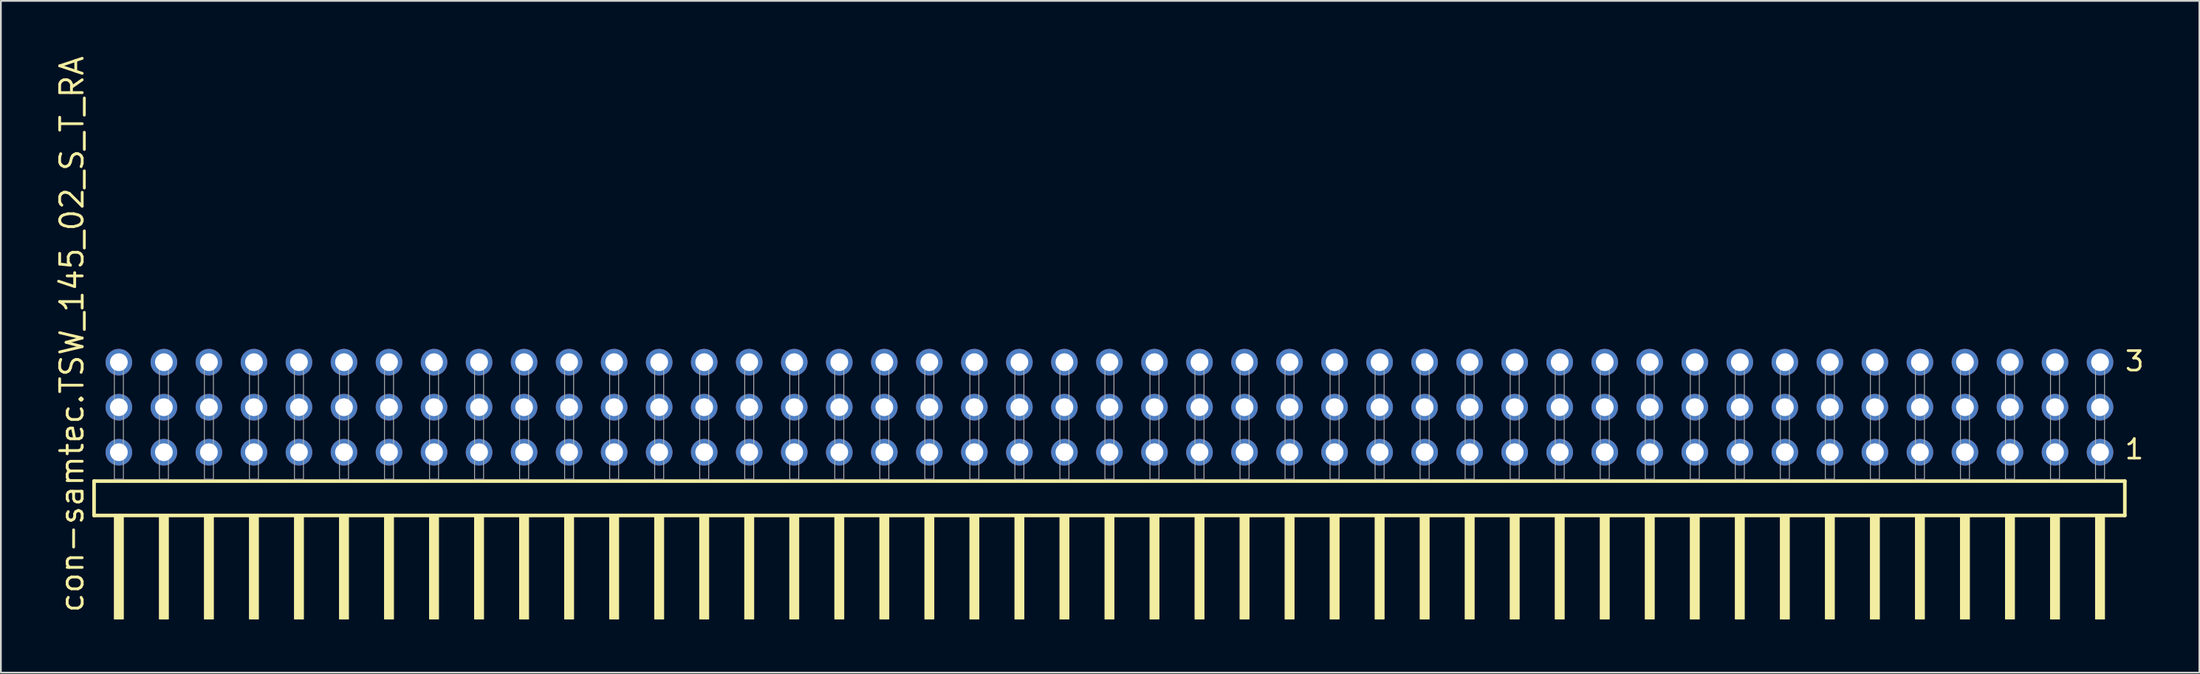
<source format=kicad_pcb>
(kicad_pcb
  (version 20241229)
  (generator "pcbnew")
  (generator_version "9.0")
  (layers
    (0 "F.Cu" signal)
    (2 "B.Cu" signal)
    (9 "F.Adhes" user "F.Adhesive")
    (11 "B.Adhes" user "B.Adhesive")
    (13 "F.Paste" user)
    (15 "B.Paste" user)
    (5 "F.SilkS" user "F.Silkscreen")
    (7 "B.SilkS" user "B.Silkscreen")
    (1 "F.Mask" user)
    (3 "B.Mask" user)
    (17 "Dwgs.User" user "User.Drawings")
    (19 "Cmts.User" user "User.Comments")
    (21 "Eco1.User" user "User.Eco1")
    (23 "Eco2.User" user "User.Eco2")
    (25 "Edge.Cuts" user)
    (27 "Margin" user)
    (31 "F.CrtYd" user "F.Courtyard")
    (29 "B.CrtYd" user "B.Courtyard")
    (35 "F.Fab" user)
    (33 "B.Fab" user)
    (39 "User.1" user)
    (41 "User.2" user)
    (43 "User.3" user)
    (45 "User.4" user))
  (footprint "con-samtec.TSW_145_02_S_T_RA"
    (layer "F.Cu")
    (at 59.535 23.993)
    (property "Reference" "con-samtec.TSW_145_02_S_T_RA" (at -57.785 7.62 90) (layer "F.SilkS") (effects (font (size 1.27 1.27) (thickness 0.16)) (justify left bottom)))
    (attr through_hole)
    (fp_line (start -57.279 0.106) (end -57.279 2.046) (stroke (width 0.203) (type default)) (layer "F.SilkS"))
    (fp_line (start -57.279 2.046) (end 57.279 2.046) (stroke (width 0.203) (type default)) (layer "F.SilkS"))
    (fp_line (start 57.279 0.106) (end -57.279 0.106) (stroke (width 0.203) (type default)) (layer "F.SilkS"))
    (fp_line (start 57.279 2.046) (end 57.279 0.106) (stroke (width 0.203) (type default)) (layer "F.SilkS"))
    (fp_rect (start -56.134 7.89) (end -55.626 2.04) (stroke (width 0.05) (type default)) (fill yes) (layer "F.SilkS"))
    (fp_rect (start -53.594 7.89) (end -53.086 2.04) (stroke (width 0.05) (type default)) (fill yes) (layer "F.SilkS"))
    (fp_rect (start -51.054 7.89) (end -50.546 2.04) (stroke (width 0.05) (type default)) (fill yes) (layer "F.SilkS"))
    (fp_rect (start -48.514 7.89) (end -48.006 2.04) (stroke (width 0.05) (type default)) (fill yes) (layer "F.SilkS"))
    (fp_rect (start -45.974 7.89) (end -45.466 2.04) (stroke (width 0.05) (type default)) (fill yes) (layer "F.SilkS"))
    (fp_rect (start -43.434 7.89) (end -42.926 2.04) (stroke (width 0.05) (type default)) (fill yes) (layer "F.SilkS"))
    (fp_rect (start -40.894 7.89) (end -40.386 2.04) (stroke (width 0.05) (type default)) (fill yes) (layer "F.SilkS"))
    (fp_rect (start -38.354 7.89) (end -37.846 2.04) (stroke (width 0.05) (type default)) (fill yes) (layer "F.SilkS"))
    (fp_rect (start -35.814 7.89) (end -35.306 2.04) (stroke (width 0.05) (type default)) (fill yes) (layer "F.SilkS"))
    (fp_rect (start -33.274 7.89) (end -32.766 2.04) (stroke (width 0.05) (type default)) (fill yes) (layer "F.SilkS"))
    (fp_rect (start -30.734 7.89) (end -30.226 2.04) (stroke (width 0.05) (type default)) (fill yes) (layer "F.SilkS"))
    (fp_rect (start -28.194 7.89) (end -27.686 2.04) (stroke (width 0.05) (type default)) (fill yes) (layer "F.SilkS"))
    (fp_rect (start -25.654 7.89) (end -25.146 2.04) (stroke (width 0.05) (type default)) (fill yes) (layer "F.SilkS"))
    (fp_rect (start -23.114 7.89) (end -22.606 2.04) (stroke (width 0.05) (type default)) (fill yes) (layer "F.SilkS"))
    (fp_rect (start -20.574 7.89) (end -20.066 2.04) (stroke (width 0.05) (type default)) (fill yes) (layer "F.SilkS"))
    (fp_rect (start -18.034 7.89) (end -17.526 2.04) (stroke (width 0.05) (type default)) (fill yes) (layer "F.SilkS"))
    (fp_rect (start -15.494 7.89) (end -14.986 2.04) (stroke (width 0.05) (type default)) (fill yes) (layer "F.SilkS"))
    (fp_rect (start -12.954 7.89) (end -12.446 2.04) (stroke (width 0.05) (type default)) (fill yes) (layer "F.SilkS"))
    (fp_rect (start -10.414 7.89) (end -9.906 2.04) (stroke (width 0.05) (type default)) (fill yes) (layer "F.SilkS"))
    (fp_rect (start -7.874 7.89) (end -7.366 2.04) (stroke (width 0.05) (type default)) (fill yes) (layer "F.SilkS"))
    (fp_rect (start -5.334 7.89) (end -4.826 2.04) (stroke (width 0.05) (type default)) (fill yes) (layer "F.SilkS"))
    (fp_rect (start -2.794 7.89) (end -2.286 2.04) (stroke (width 0.05) (type default)) (fill yes) (layer "F.SilkS"))
    (fp_rect (start -0.254 7.89) (end 0.254 2.04) (stroke (width 0.05) (type default)) (fill yes) (layer "F.SilkS"))
    (fp_rect (start 2.286 7.89) (end 2.794 2.04) (stroke (width 0.05) (type default)) (fill yes) (layer "F.SilkS"))
    (fp_rect (start 4.826 7.89) (end 5.334 2.04) (stroke (width 0.05) (type default)) (fill yes) (layer "F.SilkS"))
    (fp_rect (start 7.366 7.89) (end 7.874 2.04) (stroke (width 0.05) (type default)) (fill yes) (layer "F.SilkS"))
    (fp_rect (start 9.906 7.89) (end 10.414 2.04) (stroke (width 0.05) (type default)) (fill yes) (layer "F.SilkS"))
    (fp_rect (start 12.446 7.89) (end 12.954 2.04) (stroke (width 0.05) (type default)) (fill yes) (layer "F.SilkS"))
    (fp_rect (start 14.986 7.89) (end 15.494 2.04) (stroke (width 0.05) (type default)) (fill yes) (layer "F.SilkS"))
    (fp_rect (start 17.526 7.89) (end 18.034 2.04) (stroke (width 0.05) (type default)) (fill yes) (layer "F.SilkS"))
    (fp_rect (start 20.066 7.89) (end 20.574 2.04) (stroke (width 0.05) (type default)) (fill yes) (layer "F.SilkS"))
    (fp_rect (start 22.606 7.89) (end 23.114 2.04) (stroke (width 0.05) (type default)) (fill yes) (layer "F.SilkS"))
    (fp_rect (start 25.146 7.89) (end 25.654 2.04) (stroke (width 0.05) (type default)) (fill yes) (layer "F.SilkS"))
    (fp_rect (start 27.686 7.89) (end 28.194 2.04) (stroke (width 0.05) (type default)) (fill yes) (layer "F.SilkS"))
    (fp_rect (start 30.226 7.89) (end 30.734 2.04) (stroke (width 0.05) (type default)) (fill yes) (layer "F.SilkS"))
    (fp_rect (start 32.766 7.89) (end 33.274 2.04) (stroke (width 0.05) (type default)) (fill yes) (layer "F.SilkS"))
    (fp_rect (start 35.306 7.89) (end 35.814 2.04) (stroke (width 0.05) (type default)) (fill yes) (layer "F.SilkS"))
    (fp_rect (start 37.846 7.89) (end 38.354 2.04) (stroke (width 0.05) (type default)) (fill yes) (layer "F.SilkS"))
    (fp_rect (start 40.386 7.89) (end 40.894 2.04) (stroke (width 0.05) (type default)) (fill yes) (layer "F.SilkS"))
    (fp_rect (start 42.926 7.89) (end 43.434 2.04) (stroke (width 0.05) (type default)) (fill yes) (layer "F.SilkS"))
    (fp_rect (start 45.466 7.89) (end 45.974 2.04) (stroke (width 0.05) (type default)) (fill yes) (layer "F.SilkS"))
    (fp_rect (start 48.006 7.89) (end 48.514 2.04) (stroke (width 0.05) (type default)) (fill yes) (layer "F.SilkS"))
    (fp_rect (start 50.546 7.89) (end 51.054 2.04) (stroke (width 0.05) (type default)) (fill yes) (layer "F.SilkS"))
    (fp_rect (start 53.086 7.89) (end 53.594 2.04) (stroke (width 0.05) (type default)) (fill yes) (layer "F.SilkS"))
    (fp_rect (start 55.626 7.89) (end 56.134 2.04) (stroke (width 0.05) (type default)) (fill yes) (layer "F.SilkS"))
    (fp_rect (start -56.134 0) (end -55.626 -6.858) (stroke (width 0.05) (type default)) (fill no) (layer "F.Fab"))
    (fp_rect (start -53.594 0) (end -53.086 -6.858) (stroke (width 0.05) (type default)) (fill no) (layer "F.Fab"))
    (fp_rect (start -51.054 0) (end -50.546 -6.858) (stroke (width 0.05) (type default)) (fill no) (layer "F.Fab"))
    (fp_rect (start -48.514 0) (end -48.006 -6.858) (stroke (width 0.05) (type default)) (fill no) (layer "F.Fab"))
    (fp_rect (start -45.974 0) (end -45.466 -6.858) (stroke (width 0.05) (type default)) (fill no) (layer "F.Fab"))
    (fp_rect (start -43.434 0) (end -42.926 -6.858) (stroke (width 0.05) (type default)) (fill no) (layer "F.Fab"))
    (fp_rect (start -40.894 0) (end -40.386 -6.858) (stroke (width 0.05) (type default)) (fill no) (layer "F.Fab"))
    (fp_rect (start -38.354 0) (end -37.846 -6.858) (stroke (width 0.05) (type default)) (fill no) (layer "F.Fab"))
    (fp_rect (start -35.814 0) (end -35.306 -6.858) (stroke (width 0.05) (type default)) (fill no) (layer "F.Fab"))
    (fp_rect (start -33.274 0) (end -32.766 -6.858) (stroke (width 0.05) (type default)) (fill no) (layer "F.Fab"))
    (fp_rect (start -30.734 0) (end -30.226 -6.858) (stroke (width 0.05) (type default)) (fill no) (layer "F.Fab"))
    (fp_rect (start -28.194 0) (end -27.686 -6.858) (stroke (width 0.05) (type default)) (fill no) (layer "F.Fab"))
    (fp_rect (start -25.654 0) (end -25.146 -6.858) (stroke (width 0.05) (type default)) (fill no) (layer "F.Fab"))
    (fp_rect (start -23.114 0) (end -22.606 -6.858) (stroke (width 0.05) (type default)) (fill no) (layer "F.Fab"))
    (fp_rect (start -20.574 0) (end -20.066 -6.858) (stroke (width 0.05) (type default)) (fill no) (layer "F.Fab"))
    (fp_rect (start -18.034 0) (end -17.526 -6.858) (stroke (width 0.05) (type default)) (fill no) (layer "F.Fab"))
    (fp_rect (start -15.494 0) (end -14.986 -6.858) (stroke (width 0.05) (type default)) (fill no) (layer "F.Fab"))
    (fp_rect (start -12.954 0) (end -12.446 -6.858) (stroke (width 0.05) (type default)) (fill no) (layer "F.Fab"))
    (fp_rect (start -10.414 0) (end -9.906 -6.858) (stroke (width 0.05) (type default)) (fill no) (layer "F.Fab"))
    (fp_rect (start -7.874 0) (end -7.366 -6.858) (stroke (width 0.05) (type default)) (fill no) (layer "F.Fab"))
    (fp_rect (start -5.334 0) (end -4.826 -6.858) (stroke (width 0.05) (type default)) (fill no) (layer "F.Fab"))
    (fp_rect (start -2.794 0) (end -2.286 -6.858) (stroke (width 0.05) (type default)) (fill no) (layer "F.Fab"))
    (fp_rect (start -0.254 0) (end 0.254 -6.858) (stroke (width 0.05) (type default)) (fill no) (layer "F.Fab"))
    (fp_rect (start 2.286 0) (end 2.794 -6.858) (stroke (width 0.05) (type default)) (fill no) (layer "F.Fab"))
    (fp_rect (start 4.826 0) (end 5.334 -6.858) (stroke (width 0.05) (type default)) (fill no) (layer "F.Fab"))
    (fp_rect (start 7.366 0) (end 7.874 -6.858) (stroke (width 0.05) (type default)) (fill no) (layer "F.Fab"))
    (fp_rect (start 9.906 0) (end 10.414 -6.858) (stroke (width 0.05) (type default)) (fill no) (layer "F.Fab"))
    (fp_rect (start 12.446 0) (end 12.954 -6.858) (stroke (width 0.05) (type default)) (fill no) (layer "F.Fab"))
    (fp_rect (start 14.986 0) (end 15.494 -6.858) (stroke (width 0.05) (type default)) (fill no) (layer "F.Fab"))
    (fp_rect (start 17.526 0) (end 18.034 -6.858) (stroke (width 0.05) (type default)) (fill no) (layer "F.Fab"))
    (fp_rect (start 20.066 0) (end 20.574 -6.858) (stroke (width 0.05) (type default)) (fill no) (layer "F.Fab"))
    (fp_rect (start 22.606 0) (end 23.114 -6.858) (stroke (width 0.05) (type default)) (fill no) (layer "F.Fab"))
    (fp_rect (start 25.146 0) (end 25.654 -6.858) (stroke (width 0.05) (type default)) (fill no) (layer "F.Fab"))
    (fp_rect (start 27.686 0) (end 28.194 -6.858) (stroke (width 0.05) (type default)) (fill no) (layer "F.Fab"))
    (fp_rect (start 30.226 0) (end 30.734 -6.858) (stroke (width 0.05) (type default)) (fill no) (layer "F.Fab"))
    (fp_rect (start 32.766 0) (end 33.274 -6.858) (stroke (width 0.05) (type default)) (fill no) (layer "F.Fab"))
    (fp_rect (start 35.306 0) (end 35.814 -6.858) (stroke (width 0.05) (type default)) (fill no) (layer "F.Fab"))
    (fp_rect (start 37.846 0) (end 38.354 -6.858) (stroke (width 0.05) (type default)) (fill no) (layer "F.Fab"))
    (fp_rect (start 40.386 0) (end 40.894 -6.858) (stroke (width 0.05) (type default)) (fill no) (layer "F.Fab"))
    (fp_rect (start 42.926 0) (end 43.434 -6.858) (stroke (width 0.05) (type default)) (fill no) (layer "F.Fab"))
    (fp_rect (start 45.466 0) (end 45.974 -6.858) (stroke (width 0.05) (type default)) (fill no) (layer "F.Fab"))
    (fp_rect (start 48.006 0) (end 48.514 -6.858) (stroke (width 0.05) (type default)) (fill no) (layer "F.Fab"))
    (fp_rect (start 50.546 0) (end 51.054 -6.858) (stroke (width 0.05) (type default)) (fill no) (layer "F.Fab"))
    (fp_rect (start 53.086 0) (end 53.594 -6.858) (stroke (width 0.05) (type default)) (fill no) (layer "F.Fab"))
    (fp_rect (start 55.626 0) (end 56.134 -6.858) (stroke (width 0.05) (type default)) (fill no) (layer "F.Fab"))
    (fp_text user "1" (at 57.19 -1.05 0) (layer "F.SilkS") (effects (font (size 1.1 1.1) (thickness 0.15)) (justify left bottom)))
    (fp_text user "3" (at 57.205 -6.015 0) (layer "F.SilkS") (effects (font (size 1.1 1.1) (thickness 0.15)) (justify left bottom)))
    (pad "1" thru_hole circle (at 55.88 -1.524 180) (size 1.5 1.5) (drill 1) (layers "*.Cu" "*.Mask"))
    (pad "2" thru_hole circle (at 55.88 -4.064 180) (size 1.5 1.5) (drill 1) (layers "*.Cu" "*.Mask"))
    (pad "3" thru_hole circle (at 55.88 -6.604 180) (size 1.5 1.5) (drill 1) (layers "*.Cu" "*.Mask"))
    (pad "4" thru_hole circle (at 53.34 -1.524 180) (size 1.5 1.5) (drill 1) (layers "*.Cu" "*.Mask"))
    (pad "5" thru_hole circle (at 53.34 -4.064 180) (size 1.5 1.5) (drill 1) (layers "*.Cu" "*.Mask"))
    (pad "6" thru_hole circle (at 53.34 -6.604 180) (size 1.5 1.5) (drill 1) (layers "*.Cu" "*.Mask"))
    (pad "7" thru_hole circle (at 50.8 -1.524 180) (size 1.5 1.5) (drill 1) (layers "*.Cu" "*.Mask"))
    (pad "8" thru_hole circle (at 50.8 -4.064 180) (size 1.5 1.5) (drill 1) (layers "*.Cu" "*.Mask"))
    (pad "9" thru_hole circle (at 50.8 -6.604 180) (size 1.5 1.5) (drill 1) (layers "*.Cu" "*.Mask"))
    (pad "10" thru_hole circle (at 48.26 -1.524 180) (size 1.5 1.5) (drill 1) (layers "*.Cu" "*.Mask"))
    (pad "11" thru_hole circle (at 48.26 -4.064 180) (size 1.5 1.5) (drill 1) (layers "*.Cu" "*.Mask"))
    (pad "12" thru_hole circle (at 48.26 -6.604 180) (size 1.5 1.5) (drill 1) (layers "*.Cu" "*.Mask"))
    (pad "13" thru_hole circle (at 45.72 -1.524 180) (size 1.5 1.5) (drill 1) (layers "*.Cu" "*.Mask"))
    (pad "14" thru_hole circle (at 45.72 -4.064 180) (size 1.5 1.5) (drill 1) (layers "*.Cu" "*.Mask"))
    (pad "15" thru_hole circle (at 45.72 -6.604 180) (size 1.5 1.5) (drill 1) (layers "*.Cu" "*.Mask"))
    (pad "16" thru_hole circle (at 43.18 -1.524 180) (size 1.5 1.5) (drill 1) (layers "*.Cu" "*.Mask"))
    (pad "17" thru_hole circle (at 43.18 -4.064 180) (size 1.5 1.5) (drill 1) (layers "*.Cu" "*.Mask"))
    (pad "18" thru_hole circle (at 43.18 -6.604 180) (size 1.5 1.5) (drill 1) (layers "*.Cu" "*.Mask"))
    (pad "19" thru_hole circle (at 40.64 -1.524 180) (size 1.5 1.5) (drill 1) (layers "*.Cu" "*.Mask"))
    (pad "20" thru_hole circle (at 40.64 -4.064 180) (size 1.5 1.5) (drill 1) (layers "*.Cu" "*.Mask"))
    (pad "21" thru_hole circle (at 40.64 -6.604 180) (size 1.5 1.5) (drill 1) (layers "*.Cu" "*.Mask"))
    (pad "22" thru_hole circle (at 38.1 -1.524 180) (size 1.5 1.5) (drill 1) (layers "*.Cu" "*.Mask"))
    (pad "23" thru_hole circle (at 38.1 -4.064 180) (size 1.5 1.5) (drill 1) (layers "*.Cu" "*.Mask"))
    (pad "24" thru_hole circle (at 38.1 -6.604 180) (size 1.5 1.5) (drill 1) (layers "*.Cu" "*.Mask"))
    (pad "25" thru_hole circle (at 35.56 -1.524 180) (size 1.5 1.5) (drill 1) (layers "*.Cu" "*.Mask"))
    (pad "26" thru_hole circle (at 35.56 -4.064 180) (size 1.5 1.5) (drill 1) (layers "*.Cu" "*.Mask"))
    (pad "27" thru_hole circle (at 35.56 -6.604 180) (size 1.5 1.5) (drill 1) (layers "*.Cu" "*.Mask"))
    (pad "28" thru_hole circle (at 33.02 -1.524 180) (size 1.5 1.5) (drill 1) (layers "*.Cu" "*.Mask"))
    (pad "29" thru_hole circle (at 33.02 -4.064 180) (size 1.5 1.5) (drill 1) (layers "*.Cu" "*.Mask"))
    (pad "30" thru_hole circle (at 33.02 -6.604 180) (size 1.5 1.5) (drill 1) (layers "*.Cu" "*.Mask"))
    (pad "31" thru_hole circle (at 30.48 -1.524 180) (size 1.5 1.5) (drill 1) (layers "*.Cu" "*.Mask"))
    (pad "32" thru_hole circle (at 30.48 -4.064 180) (size 1.5 1.5) (drill 1) (layers "*.Cu" "*.Mask"))
    (pad "33" thru_hole circle (at 30.48 -6.604 180) (size 1.5 1.5) (drill 1) (layers "*.Cu" "*.Mask"))
    (pad "34" thru_hole circle (at 27.94 -1.524 180) (size 1.5 1.5) (drill 1) (layers "*.Cu" "*.Mask"))
    (pad "35" thru_hole circle (at 27.94 -4.064 180) (size 1.5 1.5) (drill 1) (layers "*.Cu" "*.Mask"))
    (pad "36" thru_hole circle (at 27.94 -6.604 180) (size 1.5 1.5) (drill 1) (layers "*.Cu" "*.Mask"))
    (pad "37" thru_hole circle (at 25.4 -1.524 180) (size 1.5 1.5) (drill 1) (layers "*.Cu" "*.Mask"))
    (pad "38" thru_hole circle (at 25.4 -4.064 180) (size 1.5 1.5) (drill 1) (layers "*.Cu" "*.Mask"))
    (pad "39" thru_hole circle (at 25.4 -6.604 180) (size 1.5 1.5) (drill 1) (layers "*.Cu" "*.Mask"))
    (pad "40" thru_hole circle (at 22.86 -1.524 180) (size 1.5 1.5) (drill 1) (layers "*.Cu" "*.Mask"))
    (pad "41" thru_hole circle (at 22.86 -4.064 180) (size 1.5 1.5) (drill 1) (layers "*.Cu" "*.Mask"))
    (pad "42" thru_hole circle (at 22.86 -6.604 180) (size 1.5 1.5) (drill 1) (layers "*.Cu" "*.Mask"))
    (pad "43" thru_hole circle (at 20.32 -1.524 180) (size 1.5 1.5) (drill 1) (layers "*.Cu" "*.Mask"))
    (pad "44" thru_hole circle (at 20.32 -4.064 180) (size 1.5 1.5) (drill 1) (layers "*.Cu" "*.Mask"))
    (pad "45" thru_hole circle (at 20.32 -6.604 180) (size 1.5 1.5) (drill 1) (layers "*.Cu" "*.Mask"))
    (pad "46" thru_hole circle (at 17.78 -1.524 180) (size 1.5 1.5) (drill 1) (layers "*.Cu" "*.Mask"))
    (pad "47" thru_hole circle (at 17.78 -4.064 180) (size 1.5 1.5) (drill 1) (layers "*.Cu" "*.Mask"))
    (pad "48" thru_hole circle (at 17.78 -6.604 180) (size 1.5 1.5) (drill 1) (layers "*.Cu" "*.Mask"))
    (pad "49" thru_hole circle (at 15.24 -1.524 180) (size 1.5 1.5) (drill 1) (layers "*.Cu" "*.Mask"))
    (pad "50" thru_hole circle (at 15.24 -4.064 180) (size 1.5 1.5) (drill 1) (layers "*.Cu" "*.Mask"))
    (pad "51" thru_hole circle (at 15.24 -6.604 180) (size 1.5 1.5) (drill 1) (layers "*.Cu" "*.Mask"))
    (pad "52" thru_hole circle (at 12.7 -1.524 180) (size 1.5 1.5) (drill 1) (layers "*.Cu" "*.Mask"))
    (pad "53" thru_hole circle (at 12.7 -4.064 180) (size 1.5 1.5) (drill 1) (layers "*.Cu" "*.Mask"))
    (pad "54" thru_hole circle (at 12.7 -6.604 180) (size 1.5 1.5) (drill 1) (layers "*.Cu" "*.Mask"))
    (pad "55" thru_hole circle (at 10.16 -1.524 180) (size 1.5 1.5) (drill 1) (layers "*.Cu" "*.Mask"))
    (pad "56" thru_hole circle (at 10.16 -4.064 180) (size 1.5 1.5) (drill 1) (layers "*.Cu" "*.Mask"))
    (pad "57" thru_hole circle (at 10.16 -6.604 180) (size 1.5 1.5) (drill 1) (layers "*.Cu" "*.Mask"))
    (pad "58" thru_hole circle (at 7.62 -1.524 180) (size 1.5 1.5) (drill 1) (layers "*.Cu" "*.Mask"))
    (pad "59" thru_hole circle (at 7.62 -4.064 180) (size 1.5 1.5) (drill 1) (layers "*.Cu" "*.Mask"))
    (pad "60" thru_hole circle (at 7.62 -6.604 180) (size 1.5 1.5) (drill 1) (layers "*.Cu" "*.Mask"))
    (pad "61" thru_hole circle (at 5.08 -1.524 180) (size 1.5 1.5) (drill 1) (layers "*.Cu" "*.Mask"))
    (pad "62" thru_hole circle (at 5.08 -4.064 180) (size 1.5 1.5) (drill 1) (layers "*.Cu" "*.Mask"))
    (pad "63" thru_hole circle (at 5.08 -6.604 180) (size 1.5 1.5) (drill 1) (layers "*.Cu" "*.Mask"))
    (pad "64" thru_hole circle (at 2.54 -1.524 180) (size 1.5 1.5) (drill 1) (layers "*.Cu" "*.Mask"))
    (pad "65" thru_hole circle (at 2.54 -4.064 180) (size 1.5 1.5) (drill 1) (layers "*.Cu" "*.Mask"))
    (pad "66" thru_hole circle (at 2.54 -6.604 180) (size 1.5 1.5) (drill 1) (layers "*.Cu" "*.Mask"))
    (pad "67" thru_hole circle (at 0 -1.524 180) (size 1.5 1.5) (drill 1) (layers "*.Cu" "*.Mask"))
    (pad "68" thru_hole circle (at 0 -4.064 180) (size 1.5 1.5) (drill 1) (layers "*.Cu" "*.Mask"))
    (pad "69" thru_hole circle (at 0 -6.604 180) (size 1.5 1.5) (drill 1) (layers "*.Cu" "*.Mask"))
    (pad "70" thru_hole circle (at -2.54 -1.524 180) (size 1.5 1.5) (drill 1) (layers "*.Cu" "*.Mask"))
    (pad "71" thru_hole circle (at -2.54 -4.064 180) (size 1.5 1.5) (drill 1) (layers "*.Cu" "*.Mask"))
    (pad "72" thru_hole circle (at -2.54 -6.604 180) (size 1.5 1.5) (drill 1) (layers "*.Cu" "*.Mask"))
    (pad "73" thru_hole circle (at -5.08 -1.524 180) (size 1.5 1.5) (drill 1) (layers "*.Cu" "*.Mask"))
    (pad "74" thru_hole circle (at -5.08 -4.064 180) (size 1.5 1.5) (drill 1) (layers "*.Cu" "*.Mask"))
    (pad "75" thru_hole circle (at -5.08 -6.604 180) (size 1.5 1.5) (drill 1) (layers "*.Cu" "*.Mask"))
    (pad "76" thru_hole circle (at -7.62 -1.524 180) (size 1.5 1.5) (drill 1) (layers "*.Cu" "*.Mask"))
    (pad "77" thru_hole circle (at -7.62 -4.064 180) (size 1.5 1.5) (drill 1) (layers "*.Cu" "*.Mask"))
    (pad "78" thru_hole circle (at -7.62 -6.604 180) (size 1.5 1.5) (drill 1) (layers "*.Cu" "*.Mask"))
    (pad "79" thru_hole circle (at -10.16 -1.524 180) (size 1.5 1.5) (drill 1) (layers "*.Cu" "*.Mask"))
    (pad "80" thru_hole circle (at -10.16 -4.064 180) (size 1.5 1.5) (drill 1) (layers "*.Cu" "*.Mask"))
    (pad "81" thru_hole circle (at -10.16 -6.604 180) (size 1.5 1.5) (drill 1) (layers "*.Cu" "*.Mask"))
    (pad "82" thru_hole circle (at -12.7 -1.524 180) (size 1.5 1.5) (drill 1) (layers "*.Cu" "*.Mask"))
    (pad "83" thru_hole circle (at -12.7 -4.064 180) (size 1.5 1.5) (drill 1) (layers "*.Cu" "*.Mask"))
    (pad "84" thru_hole circle (at -12.7 -6.604 180) (size 1.5 1.5) (drill 1) (layers "*.Cu" "*.Mask"))
    (pad "85" thru_hole circle (at -15.24 -1.524 180) (size 1.5 1.5) (drill 1) (layers "*.Cu" "*.Mask"))
    (pad "86" thru_hole circle (at -15.24 -4.064 180) (size 1.5 1.5) (drill 1) (layers "*.Cu" "*.Mask"))
    (pad "87" thru_hole circle (at -15.24 -6.604 180) (size 1.5 1.5) (drill 1) (layers "*.Cu" "*.Mask"))
    (pad "88" thru_hole circle (at -17.78 -1.524 180) (size 1.5 1.5) (drill 1) (layers "*.Cu" "*.Mask"))
    (pad "89" thru_hole circle (at -17.78 -4.064 180) (size 1.5 1.5) (drill 1) (layers "*.Cu" "*.Mask"))
    (pad "90" thru_hole circle (at -17.78 -6.604 180) (size 1.5 1.5) (drill 1) (layers "*.Cu" "*.Mask"))
    (pad "91" thru_hole circle (at -20.32 -1.524 180) (size 1.5 1.5) (drill 1) (layers "*.Cu" "*.Mask"))
    (pad "92" thru_hole circle (at -20.32 -4.064 180) (size 1.5 1.5) (drill 1) (layers "*.Cu" "*.Mask"))
    (pad "93" thru_hole circle (at -20.32 -6.604 180) (size 1.5 1.5) (drill 1) (layers "*.Cu" "*.Mask"))
    (pad "94" thru_hole circle (at -22.86 -1.524 180) (size 1.5 1.5) (drill 1) (layers "*.Cu" "*.Mask"))
    (pad "95" thru_hole circle (at -22.86 -4.064 180) (size 1.5 1.5) (drill 1) (layers "*.Cu" "*.Mask"))
    (pad "96" thru_hole circle (at -22.86 -6.604 180) (size 1.5 1.5) (drill 1) (layers "*.Cu" "*.Mask"))
    (pad "97" thru_hole circle (at -25.4 -1.524 180) (size 1.5 1.5) (drill 1) (layers "*.Cu" "*.Mask"))
    (pad "98" thru_hole circle (at -25.4 -4.064 180) (size 1.5 1.5) (drill 1) (layers "*.Cu" "*.Mask"))
    (pad "99" thru_hole circle (at -25.4 -6.604 180) (size 1.5 1.5) (drill 1) (layers "*.Cu" "*.Mask"))
    (pad "100" thru_hole circle (at -27.94 -1.524 180) (size 1.5 1.5) (drill 1) (layers "*.Cu" "*.Mask"))
    (pad "101" thru_hole circle (at -27.94 -4.064 180) (size 1.5 1.5) (drill 1) (layers "*.Cu" "*.Mask"))
    (pad "102" thru_hole circle (at -27.94 -6.604 180) (size 1.5 1.5) (drill 1) (layers "*.Cu" "*.Mask"))
    (pad "103" thru_hole circle (at -30.48 -1.524 180) (size 1.5 1.5) (drill 1) (layers "*.Cu" "*.Mask"))
    (pad "104" thru_hole circle (at -30.48 -4.064 180) (size 1.5 1.5) (drill 1) (layers "*.Cu" "*.Mask"))
    (pad "105" thru_hole circle (at -30.48 -6.604 180) (size 1.5 1.5) (drill 1) (layers "*.Cu" "*.Mask"))
    (pad "106" thru_hole circle (at -33.02 -1.524 180) (size 1.5 1.5) (drill 1) (layers "*.Cu" "*.Mask"))
    (pad "107" thru_hole circle (at -33.02 -4.064 180) (size 1.5 1.5) (drill 1) (layers "*.Cu" "*.Mask"))
    (pad "108" thru_hole circle (at -33.02 -6.604 180) (size 1.5 1.5) (drill 1) (layers "*.Cu" "*.Mask"))
    (pad "109" thru_hole circle (at -35.56 -1.524 180) (size 1.5 1.5) (drill 1) (layers "*.Cu" "*.Mask"))
    (pad "110" thru_hole circle (at -35.56 -4.064 180) (size 1.5 1.5) (drill 1) (layers "*.Cu" "*.Mask"))
    (pad "111" thru_hole circle (at -35.56 -6.604 180) (size 1.5 1.5) (drill 1) (layers "*.Cu" "*.Mask"))
    (pad "112" thru_hole circle (at -38.1 -1.524 180) (size 1.5 1.5) (drill 1) (layers "*.Cu" "*.Mask"))
    (pad "113" thru_hole circle (at -38.1 -4.064 180) (size 1.5 1.5) (drill 1) (layers "*.Cu" "*.Mask"))
    (pad "114" thru_hole circle (at -38.1 -6.604 180) (size 1.5 1.5) (drill 1) (layers "*.Cu" "*.Mask"))
    (pad "115" thru_hole circle (at -40.64 -1.524 180) (size 1.5 1.5) (drill 1) (layers "*.Cu" "*.Mask"))
    (pad "116" thru_hole circle (at -40.64 -4.064 180) (size 1.5 1.5) (drill 1) (layers "*.Cu" "*.Mask"))
    (pad "117" thru_hole circle (at -40.64 -6.604 180) (size 1.5 1.5) (drill 1) (layers "*.Cu" "*.Mask"))
    (pad "118" thru_hole circle (at -43.18 -1.524 180) (size 1.5 1.5) (drill 1) (layers "*.Cu" "*.Mask"))
    (pad "119" thru_hole circle (at -43.18 -4.064 180) (size 1.5 1.5) (drill 1) (layers "*.Cu" "*.Mask"))
    (pad "120" thru_hole circle (at -43.18 -6.604 180) (size 1.5 1.5) (drill 1) (layers "*.Cu" "*.Mask"))
    (pad "121" thru_hole circle (at -45.72 -1.524 180) (size 1.5 1.5) (drill 1) (layers "*.Cu" "*.Mask"))
    (pad "122" thru_hole circle (at -45.72 -4.064 180) (size 1.5 1.5) (drill 1) (layers "*.Cu" "*.Mask"))
    (pad "123" thru_hole circle (at -45.72 -6.604 180) (size 1.5 1.5) (drill 1) (layers "*.Cu" "*.Mask"))
    (pad "124" thru_hole circle (at -48.26 -1.524 180) (size 1.5 1.5) (drill 1) (layers "*.Cu" "*.Mask"))
    (pad "125" thru_hole circle (at -48.26 -4.064 180) (size 1.5 1.5) (drill 1) (layers "*.Cu" "*.Mask"))
    (pad "126" thru_hole circle (at -48.26 -6.604 180) (size 1.5 1.5) (drill 1) (layers "*.Cu" "*.Mask"))
    (pad "127" thru_hole circle (at -50.8 -1.524 180) (size 1.5 1.5) (drill 1) (layers "*.Cu" "*.Mask"))
    (pad "128" thru_hole circle (at -50.8 -4.064 180) (size 1.5 1.5) (drill 1) (layers "*.Cu" "*.Mask"))
    (pad "129" thru_hole circle (at -50.8 -6.604 180) (size 1.5 1.5) (drill 1) (layers "*.Cu" "*.Mask"))
    (pad "130" thru_hole circle (at -53.34 -1.524 180) (size 1.5 1.5) (drill 1) (layers "*.Cu" "*.Mask"))
    (pad "131" thru_hole circle (at -53.34 -4.064 180) (size 1.5 1.5) (drill 1) (layers "*.Cu" "*.Mask"))
    (pad "132" thru_hole circle (at -53.34 -6.604 180) (size 1.5 1.5) (drill 1) (layers "*.Cu" "*.Mask"))
    (pad "133" thru_hole circle (at -55.88 -1.524 180) (size 1.5 1.5) (drill 1) (layers "*.Cu" "*.Mask"))
    (pad "134" thru_hole circle (at -55.88 -4.064 180) (size 1.5 1.5) (drill 1) (layers "*.Cu" "*.Mask"))
    (pad "135" thru_hole circle (at -55.88 -6.604 180) (size 1.5 1.5) (drill 1) (layers "*.Cu" "*.Mask")))
  (gr_rect
    (start -3 -3)
    (end 121.018 34.908)
    (stroke (width 0.1) (type default))
    (fill no)
    (layer "Edge.Cuts")))
</source>
